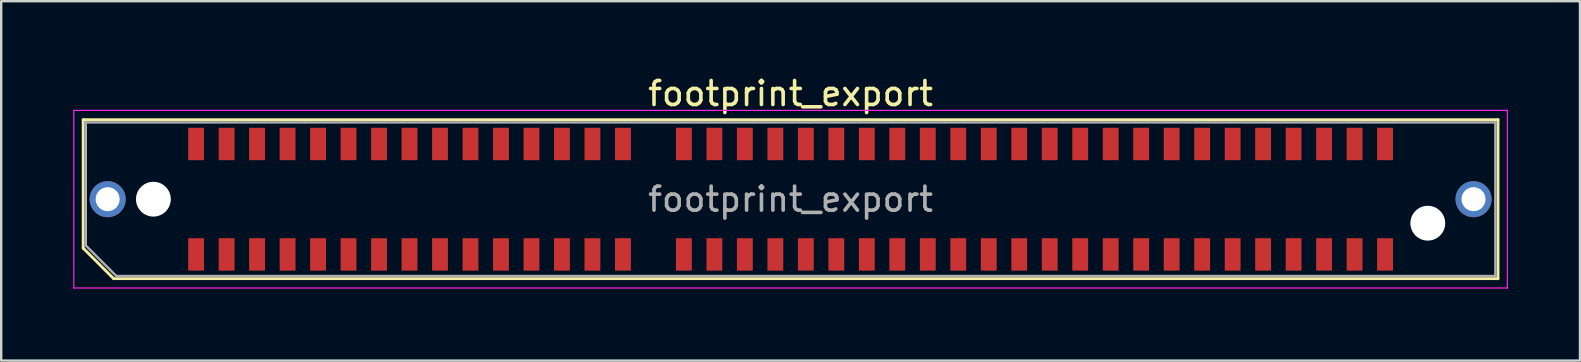
<source format=kicad_pcb>
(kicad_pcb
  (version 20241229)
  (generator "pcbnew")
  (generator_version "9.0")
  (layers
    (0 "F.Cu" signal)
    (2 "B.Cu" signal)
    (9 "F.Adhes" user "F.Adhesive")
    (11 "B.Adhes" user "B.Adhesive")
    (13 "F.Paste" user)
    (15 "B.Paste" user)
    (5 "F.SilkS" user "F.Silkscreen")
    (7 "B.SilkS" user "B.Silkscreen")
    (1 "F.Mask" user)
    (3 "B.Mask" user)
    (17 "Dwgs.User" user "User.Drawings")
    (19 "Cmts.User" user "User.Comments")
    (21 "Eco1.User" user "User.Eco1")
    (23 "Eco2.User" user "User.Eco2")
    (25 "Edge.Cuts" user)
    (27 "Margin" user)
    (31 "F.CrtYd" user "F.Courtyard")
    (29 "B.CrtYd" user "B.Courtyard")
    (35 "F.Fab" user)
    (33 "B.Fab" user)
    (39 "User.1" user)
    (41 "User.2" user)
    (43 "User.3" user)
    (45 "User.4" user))
  (footprint "footprint_export"
    (layer "F.Cu")
    (at 29.885 5.248)
    (property "Reference" "footprint_export" (at 0 -4.4 0) (layer "F.SilkS") (effects (font (size 1 1) (thickness 0.15))))
    (attr smd)
    (fp_line (start -29.47 -3.31) (end 29.47 -3.31) (stroke (width 0.12) (type solid)) (layer "F.SilkS"))
    (fp_line (start -29.47 2.04) (end -29.47 -3.31) (stroke (width 0.12) (type solid)) (layer "F.SilkS"))
    (fp_line (start -28.2 3.31) (end -29.47 2.04) (stroke (width 0.12) (type solid)) (layer "F.SilkS"))
    (fp_line (start -28.2 3.31) (end 29.47 3.31) (stroke (width 0.12) (type solid)) (layer "F.SilkS"))
    (fp_line (start 29.47 3.31) (end 29.47 -3.31) (stroke (width 0.12) (type solid)) (layer "F.SilkS"))
    (fp_line (start -29.86 -3.7) (end -29.86 3.7) (stroke (width 0.05) (type solid)) (layer "F.CrtYd"))
    (fp_line (start -29.86 3.7) (end 29.86 3.7) (stroke (width 0.05) (type solid)) (layer "F.CrtYd"))
    (fp_line (start 29.86 -3.7) (end -29.86 -3.7) (stroke (width 0.05) (type solid)) (layer "F.CrtYd"))
    (fp_line (start 29.86 3.7) (end 29.86 -3.7) (stroke (width 0.05) (type solid)) (layer "F.CrtYd"))
    (fp_line (start -29.36 -3.2) (end 29.36 -3.2) (stroke (width 0.1) (type solid)) (layer "F.Fab"))
    (fp_line (start -29.36 1.93) (end -29.36 -3.2) (stroke (width 0.1) (type solid)) (layer "F.Fab"))
    (fp_line (start -29.36 1.93) (end -28.09 3.2) (stroke (width 0.1) (type solid)) (layer "F.Fab"))
    (fp_line (start -28.09 3.2) (end 29.36 3.2) (stroke (width 0.1) (type solid)) (layer "F.Fab"))
    (fp_line (start 29.36 3.2) (end 29.36 -3.2) (stroke (width 0.1) (type solid)) (layer "F.Fab"))
    (fp_text user "${REFERENCE}" (at 0 0 0) (layer "F.Fab") (effects (font (size 1 1) (thickness 0.15))))
    (pad "" thru_hole circle (at -28.45 0) (size 1.5 1.5) (drill 1) (layers "*.Cu" "*.Mask"))
    (pad "" np_thru_hole circle (at -26.545 0) (size 1.45 1.45) (drill 1.45) (layers "*.Cu" "*.Mask"))
    (pad "" np_thru_hole circle (at 26.545 1) (size 1.45 1.45) (drill 1.45) (layers "*.Cu" "*.Mask"))
    (pad "" thru_hole circle (at 28.45 0) (size 1.5 1.5) (drill 1) (layers "*.Cu" "*.Mask"))
    (pad "1" smd rect (at -24.765 2.3) (size 0.66 1.35) (layers "F.Cu" "F.Mask" "F.Paste"))
    (pad "2" smd rect (at -24.765 -2.3) (size 0.66 1.35) (layers "F.Cu" "F.Mask" "F.Paste"))
    (pad "3" smd rect (at -23.495 2.3) (size 0.66 1.35) (layers "F.Cu" "F.Mask" "F.Paste"))
    (pad "4" smd rect (at -23.495 -2.3) (size 0.66 1.35) (layers "F.Cu" "F.Mask" "F.Paste"))
    (pad "5" smd rect (at -22.225 2.3) (size 0.66 1.35) (layers "F.Cu" "F.Mask" "F.Paste"))
    (pad "6" smd rect (at -22.225 -2.3) (size 0.66 1.35) (layers "F.Cu" "F.Mask" "F.Paste"))
    (pad "7" smd rect (at -20.955 2.3) (size 0.66 1.35) (layers "F.Cu" "F.Mask" "F.Paste"))
    (pad "8" smd rect (at -20.955 -2.3) (size 0.66 1.35) (layers "F.Cu" "F.Mask" "F.Paste"))
    (pad "9" smd rect (at -19.685 2.3) (size 0.66 1.35) (layers "F.Cu" "F.Mask" "F.Paste"))
    (pad "10" smd rect (at -19.685 -2.3) (size 0.66 1.35) (layers "F.Cu" "F.Mask" "F.Paste"))
    (pad "11" smd rect (at -18.415 2.3) (size 0.66 1.35) (layers "F.Cu" "F.Mask" "F.Paste"))
    (pad "12" smd rect (at -18.415 -2.3) (size 0.66 1.35) (layers "F.Cu" "F.Mask" "F.Paste"))
    (pad "13" smd rect (at -17.145 2.3) (size 0.66 1.35) (layers "F.Cu" "F.Mask" "F.Paste"))
    (pad "14" smd rect (at -17.145 -2.3) (size 0.66 1.35) (layers "F.Cu" "F.Mask" "F.Paste"))
    (pad "15" smd rect (at -15.875 2.3) (size 0.66 1.35) (layers "F.Cu" "F.Mask" "F.Paste"))
    (pad "16" smd rect (at -15.875 -2.3) (size 0.66 1.35) (layers "F.Cu" "F.Mask" "F.Paste"))
    (pad "17" smd rect (at -14.605 2.3) (size 0.66 1.35) (layers "F.Cu" "F.Mask" "F.Paste"))
    (pad "18" smd rect (at -14.605 -2.3) (size 0.66 1.35) (layers "F.Cu" "F.Mask" "F.Paste"))
    (pad "19" smd rect (at -13.335 2.3) (size 0.66 1.35) (layers "F.Cu" "F.Mask" "F.Paste"))
    (pad "20" smd rect (at -13.335 -2.3) (size 0.66 1.35) (layers "F.Cu" "F.Mask" "F.Paste"))
    (pad "21" smd rect (at -12.065 2.3) (size 0.66 1.35) (layers "F.Cu" "F.Mask" "F.Paste"))
    (pad "22" smd rect (at -12.065 -2.3) (size 0.66 1.35) (layers "F.Cu" "F.Mask" "F.Paste"))
    (pad "23" smd rect (at -10.795 2.3) (size 0.66 1.35) (layers "F.Cu" "F.Mask" "F.Paste"))
    (pad "24" smd rect (at -10.795 -2.3) (size 0.66 1.35) (layers "F.Cu" "F.Mask" "F.Paste"))
    (pad "25" smd rect (at -9.525 2.3) (size 0.66 1.35) (layers "F.Cu" "F.Mask" "F.Paste"))
    (pad "26" smd rect (at -9.525 -2.3) (size 0.66 1.35) (layers "F.Cu" "F.Mask" "F.Paste"))
    (pad "27" smd rect (at -8.255 2.3) (size 0.66 1.35) (layers "F.Cu" "F.Mask" "F.Paste"))
    (pad "28" smd rect (at -8.255 -2.3) (size 0.66 1.35) (layers "F.Cu" "F.Mask" "F.Paste"))
    (pad "29" smd rect (at -6.985 2.3) (size 0.66 1.35) (layers "F.Cu" "F.Mask" "F.Paste"))
    (pad "30" smd rect (at -6.985 -2.3) (size 0.66 1.35) (layers "F.Cu" "F.Mask" "F.Paste"))
    (pad "33" smd rect (at -4.445 2.3) (size 0.66 1.35) (layers "F.Cu" "F.Mask" "F.Paste"))
    (pad "34" smd rect (at -4.445 -2.3) (size 0.66 1.35) (layers "F.Cu" "F.Mask" "F.Paste"))
    (pad "35" smd rect (at -3.175 2.3) (size 0.66 1.35) (layers "F.Cu" "F.Mask" "F.Paste"))
    (pad "36" smd rect (at -3.175 -2.3) (size 0.66 1.35) (layers "F.Cu" "F.Mask" "F.Paste"))
    (pad "37" smd rect (at -1.905 2.3) (size 0.66 1.35) (layers "F.Cu" "F.Mask" "F.Paste"))
    (pad "38" smd rect (at -1.905 -2.3) (size 0.66 1.35) (layers "F.Cu" "F.Mask" "F.Paste"))
    (pad "39" smd rect (at -0.635 2.3) (size 0.66 1.35) (layers "F.Cu" "F.Mask" "F.Paste"))
    (pad "40" smd rect (at -0.635 -2.3) (size 0.66 1.35) (layers "F.Cu" "F.Mask" "F.Paste"))
    (pad "41" smd rect (at 0.635 2.3) (size 0.66 1.35) (layers "F.Cu" "F.Mask" "F.Paste"))
    (pad "42" smd rect (at 0.635 -2.3) (size 0.66 1.35) (layers "F.Cu" "F.Mask" "F.Paste"))
    (pad "43" smd rect (at 1.905 2.3) (size 0.66 1.35) (layers "F.Cu" "F.Mask" "F.Paste"))
    (pad "44" smd rect (at 1.905 -2.3) (size 0.66 1.35) (layers "F.Cu" "F.Mask" "F.Paste"))
    (pad "45" smd rect (at 3.175 2.3) (size 0.66 1.35) (layers "F.Cu" "F.Mask" "F.Paste"))
    (pad "46" smd rect (at 3.175 -2.3) (size 0.66 1.35) (layers "F.Cu" "F.Mask" "F.Paste"))
    (pad "47" smd rect (at 4.445 2.3) (size 0.66 1.35) (layers "F.Cu" "F.Mask" "F.Paste"))
    (pad "48" smd rect (at 4.445 -2.3) (size 0.66 1.35) (layers "F.Cu" "F.Mask" "F.Paste"))
    (pad "49" smd rect (at 5.715 2.3) (size 0.66 1.35) (layers "F.Cu" "F.Mask" "F.Paste"))
    (pad "50" smd rect (at 5.715 -2.3) (size 0.66 1.35) (layers "F.Cu" "F.Mask" "F.Paste"))
    (pad "51" smd rect (at 6.985 2.3) (size 0.66 1.35) (layers "F.Cu" "F.Mask" "F.Paste"))
    (pad "52" smd rect (at 6.985 -2.3) (size 0.66 1.35) (layers "F.Cu" "F.Mask" "F.Paste"))
    (pad "53" smd rect (at 8.255 2.3) (size 0.66 1.35) (layers "F.Cu" "F.Mask" "F.Paste"))
    (pad "54" smd rect (at 8.255 -2.3) (size 0.66 1.35) (layers "F.Cu" "F.Mask" "F.Paste"))
    (pad "55" smd rect (at 9.525 2.3) (size 0.66 1.35) (layers "F.Cu" "F.Mask" "F.Paste"))
    (pad "56" smd rect (at 9.525 -2.3) (size 0.66 1.35) (layers "F.Cu" "F.Mask" "F.Paste"))
    (pad "57" smd rect (at 10.795 2.3) (size 0.66 1.35) (layers "F.Cu" "F.Mask" "F.Paste"))
    (pad "58" smd rect (at 10.795 -2.3) (size 0.66 1.35) (layers "F.Cu" "F.Mask" "F.Paste"))
    (pad "59" smd rect (at 12.065 2.3) (size 0.66 1.35) (layers "F.Cu" "F.Mask" "F.Paste"))
    (pad "60" smd rect (at 12.065 -2.3) (size 0.66 1.35) (layers "F.Cu" "F.Mask" "F.Paste"))
    (pad "61" smd rect (at 13.335 2.3) (size 0.66 1.35) (layers "F.Cu" "F.Mask" "F.Paste"))
    (pad "62" smd rect (at 13.335 -2.3) (size 0.66 1.35) (layers "F.Cu" "F.Mask" "F.Paste"))
    (pad "63" smd rect (at 14.605 2.3) (size 0.66 1.35) (layers "F.Cu" "F.Mask" "F.Paste"))
    (pad "64" smd rect (at 14.605 -2.3) (size 0.66 1.35) (layers "F.Cu" "F.Mask" "F.Paste"))
    (pad "65" smd rect (at 15.875 2.3) (size 0.66 1.35) (layers "F.Cu" "F.Mask" "F.Paste"))
    (pad "66" smd rect (at 15.875 -2.3) (size 0.66 1.35) (layers "F.Cu" "F.Mask" "F.Paste"))
    (pad "67" smd rect (at 17.145 2.3) (size 0.66 1.35) (layers "F.Cu" "F.Mask" "F.Paste"))
    (pad "68" smd rect (at 17.145 -2.3) (size 0.66 1.35) (layers "F.Cu" "F.Mask" "F.Paste"))
    (pad "69" smd rect (at 18.415 2.3) (size 0.66 1.35) (layers "F.Cu" "F.Mask" "F.Paste"))
    (pad "70" smd rect (at 18.415 -2.3) (size 0.66 1.35) (layers "F.Cu" "F.Mask" "F.Paste"))
    (pad "71" smd rect (at 19.685 2.3) (size 0.66 1.35) (layers "F.Cu" "F.Mask" "F.Paste"))
    (pad "72" smd rect (at 19.685 -2.3) (size 0.66 1.35) (layers "F.Cu" "F.Mask" "F.Paste"))
    (pad "73" smd rect (at 20.955 2.3) (size 0.66 1.35) (layers "F.Cu" "F.Mask" "F.Paste"))
    (pad "74" smd rect (at 20.955 -2.3) (size 0.66 1.35) (layers "F.Cu" "F.Mask" "F.Paste"))
    (pad "75" smd rect (at 22.225 2.3) (size 0.66 1.35) (layers "F.Cu" "F.Mask" "F.Paste"))
    (pad "76" smd rect (at 22.225 -2.3) (size 0.66 1.35) (layers "F.Cu" "F.Mask" "F.Paste"))
    (pad "77" smd rect (at 23.495 2.3) (size 0.66 1.35) (layers "F.Cu" "F.Mask" "F.Paste"))
    (pad "78" smd rect (at 23.495 -2.3) (size 0.66 1.35) (layers "F.Cu" "F.Mask" "F.Paste"))
    (pad "79" smd rect (at 24.765 2.3) (size 0.66 1.35) (layers "F.Cu" "F.Mask" "F.Paste"))
    (pad "80" smd rect (at 24.765 -2.3) (size 0.66 1.35) (layers "F.Cu" "F.Mask" "F.Paste")))
  (gr_rect
    (start -3 -3)
    (end 62.77 11.973)
    (stroke (width 0.1) (type default))
    (fill no)
    (layer "Edge.Cuts")))
</source>
